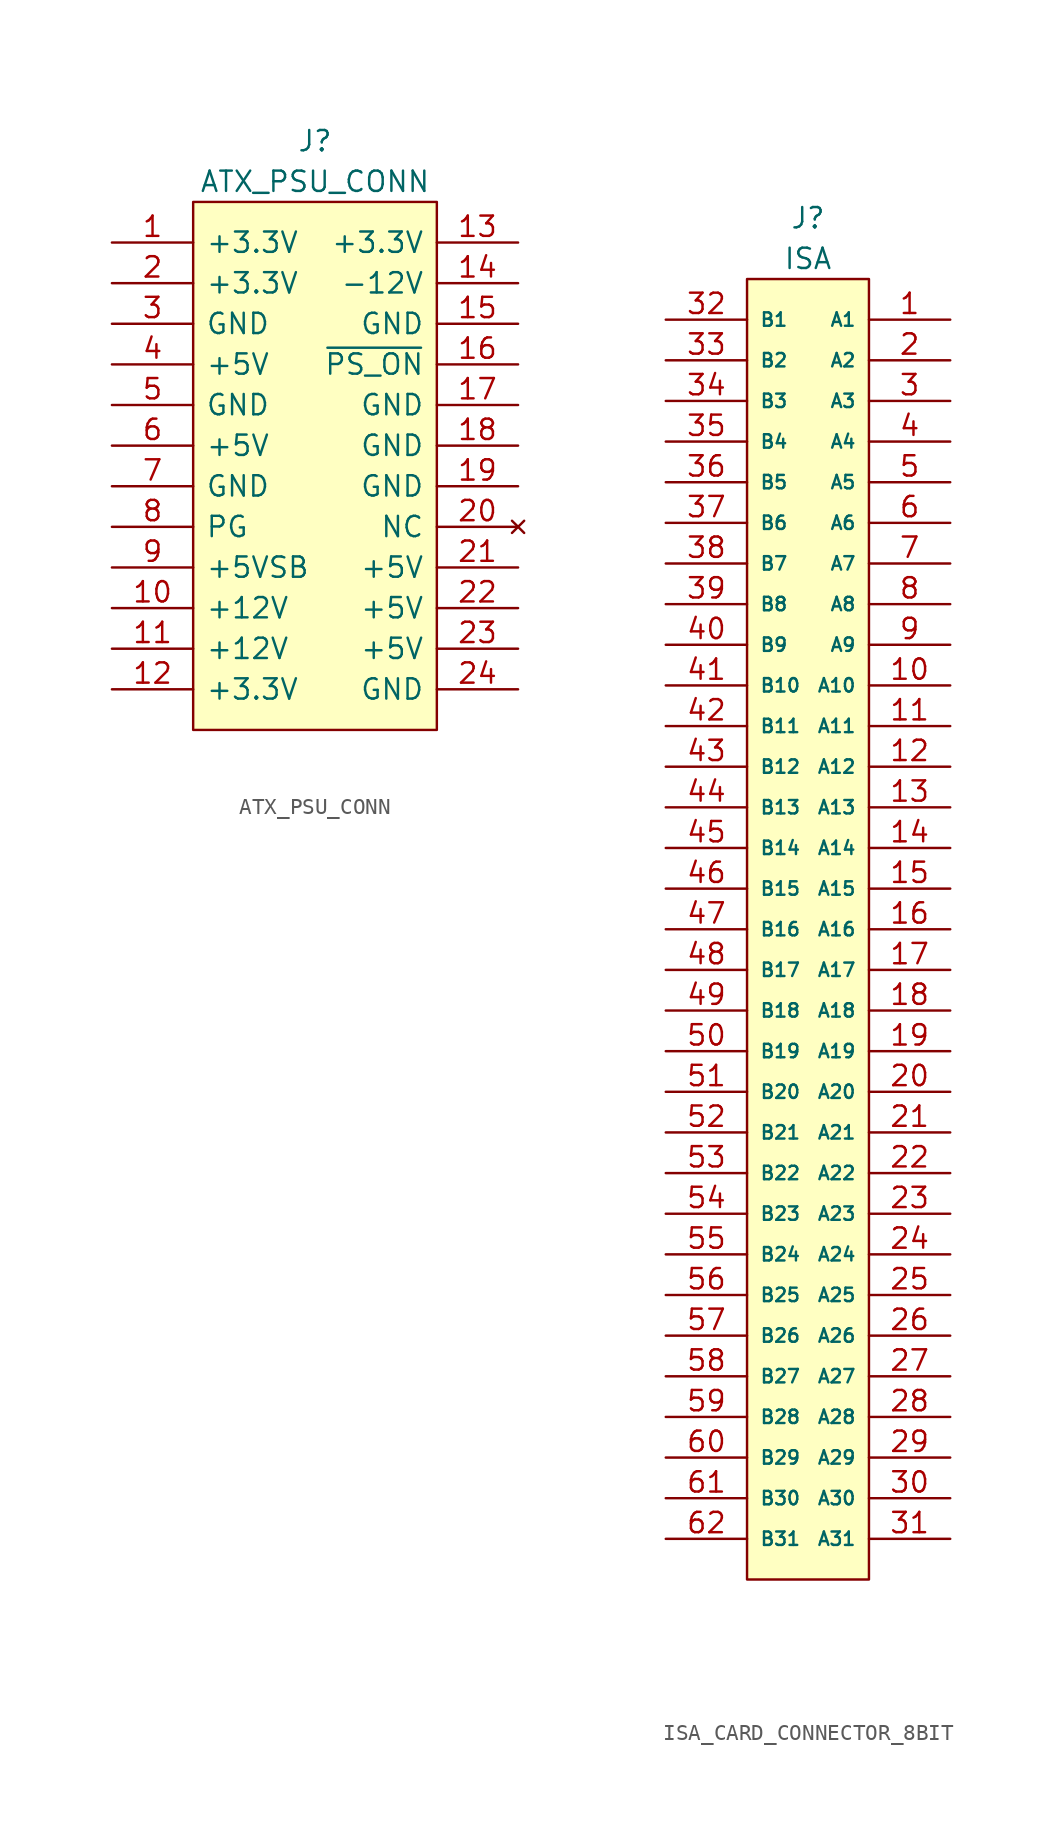
<source format=kicad_sym>
(kicad_symbol_lib
  (version 20220914)
  (generator kicad_symbol_editor)
  (symbol "ATX_PSU_CONN"
    (pin_names
      (offset 0.762))
    (property "Reference" "J"
      (at 12.7 6.35 0)
      (effects (font (size 1.27 1.27))))
    (property "Value" "ATX_PSU_CONN"
      (at 12.7 3.81 0)
      (effects (font (size 1.27 1.27))))
    (symbol "ATX_PSU_CONN_0_0"
      (pin passive line (at 0 0 0) (length 5.08) (name "+3.3V" (effects (font (size 1.27 1.27)))) (number "1" (effects (font (size 1.27 1.27)))))
      (pin passive line (at 0 -22.86 0) (length 5.08) (name "+12V" (effects (font (size 1.27 1.27)))) (number "10" (effects (font (size 1.27 1.27)))))
      (pin passive line (at 0 -25.4 0) (length 5.08) (name "+12V" (effects (font (size 1.27 1.27)))) (number "11" (effects (font (size 1.27 1.27)))))
      (pin passive line (at 0 -27.94 0) (length 5.08) (name "+3.3V" (effects (font (size 1.27 1.27)))) (number "12" (effects (font (size 1.27 1.27)))))
      (pin passive line (at 25.4 0 180) (length 5.08) (name "+3.3V" (effects (font (size 1.27 1.27)))) (number "13" (effects (font (size 1.27 1.27)))))
      (pin passive line (at 25.4 -2.54 180) (length 5.08) (name "-12V" (effects (font (size 1.27 1.27)))) (number "14" (effects (font (size 1.27 1.27)))))
      (pin passive line (at 25.4 -5.08 180) (length 5.08) (name "GND" (effects (font (size 1.27 1.27)))) (number "15" (effects (font (size 1.27 1.27)))))
      (pin passive line (at 25.4 -7.62 180) (length 5.08) (name "~{PS_ON}" (effects (font (size 1.27 1.27)))) (number "16" (effects (font (size 1.27 1.27)))))
      (pin passive line (at 25.4 -10.16 180) (length 5.08) (name "GND" (effects (font (size 1.27 1.27)))) (number "17" (effects (font (size 1.27 1.27)))))
      (pin passive line (at 25.4 -12.7 180) (length 5.08) (name "GND" (effects (font (size 1.27 1.27)))) (number "18" (effects (font (size 1.27 1.27)))))
      (pin passive line (at 25.4 -15.24 180) (length 5.08) (name "GND" (effects (font (size 1.27 1.27)))) (number "19" (effects (font (size 1.27 1.27)))))
      (pin passive line (at 0 -2.54 0) (length 5.08) (name "+3.3V" (effects (font (size 1.27 1.27)))) (number "2" (effects (font (size 1.27 1.27)))))
      (pin no_connect line (at 25.4 -17.78 180) (length 5.08) (name "NC" (effects (font (size 1.27 1.27)))) (number "20" (effects (font (size 1.27 1.27)))))
      (pin passive line (at 25.4 -20.32 180) (length 5.08) (name "+5V" (effects (font (size 1.27 1.27)))) (number "21" (effects (font (size 1.27 1.27)))))
      (pin passive line (at 25.4 -22.86 180) (length 5.08) (name "+5V" (effects (font (size 1.27 1.27)))) (number "22" (effects (font (size 1.27 1.27)))))
      (pin passive line (at 25.4 -25.4 180) (length 5.08) (name "+5V" (effects (font (size 1.27 1.27)))) (number "23" (effects (font (size 1.27 1.27)))))
      (pin passive line (at 25.4 -27.94 180) (length 5.08) (name "GND" (effects (font (size 1.27 1.27)))) (number "24" (effects (font (size 1.27 1.27)))))
      (pin passive line (at 0 -5.08 0) (length 5.08) (name "GND" (effects (font (size 1.27 1.27)))) (number "3" (effects (font (size 1.27 1.27)))))
      (pin passive line (at 0 -7.62 0) (length 5.08) (name "+5V" (effects (font (size 1.27 1.27)))) (number "4" (effects (font (size 1.27 1.27)))))
      (pin passive line (at 0 -10.16 0) (length 5.08) (name "GND" (effects (font (size 1.27 1.27)))) (number "5" (effects (font (size 1.27 1.27)))))
      (pin passive line (at 0 -12.7 0) (length 5.08) (name "+5V" (effects (font (size 1.27 1.27)))) (number "6" (effects (font (size 1.27 1.27)))))
      (pin passive line (at 0 -15.24 0) (length 5.08) (name "GND" (effects (font (size 1.27 1.27)))) (number "7" (effects (font (size 1.27 1.27)))))
      (pin passive line (at 0 -17.78 0) (length 5.08) (name "PG" (effects (font (size 1.27 1.27)))) (number "8" (effects (font (size 1.27 1.27)))))
      (pin passive line (at 0 -20.32 0) (length 5.08) (name "+5VSB" (effects (font (size 1.27 1.27)))) (number "9" (effects (font (size 1.27 1.27))))))
    (symbol "ATX_PSU_CONN_0_1"
      (polyline (pts (xy 20.32 2.54) (xy 5.08 2.54) (xy 5.08 -30.48) (xy 20.32 -30.48) (xy 20.32 2.54)) (stroke (width 0.152) (type default)) (fill (type background)))))
  (symbol "ISA_CARD_CONNECTOR_8BIT"
    (pin_names
      (offset 0.762))
    (property "Reference" "J"
      (at 0 3.81 0)
      (effects (font (size 1.27 1.27))))
    (property "Value" "ISA"
      (at 0 1.27 0)
      (effects (font (size 1.27 1.27))))
    (symbol "ISA_CARD_CONNECTOR_8BIT_0_0"
      (pin passive line (at 8.89 -2.54 180) (length 5.08) (name "A1" (effects (font (size 0.838 0.838)))) (number "1" (effects (font (size 1.27 1.27)))))
      (pin passive line (at 8.89 -25.4 180) (length 5.08) (name "A10" (effects (font (size 0.838 0.838)))) (number "10" (effects (font (size 1.27 1.27)))))
      (pin passive line (at 8.89 -27.94 180) (length 5.08) (name "A11" (effects (font (size 0.838 0.838)))) (number "11" (effects (font (size 1.27 1.27)))))
      (pin passive line (at 8.89 -30.48 180) (length 5.08) (name "A12" (effects (font (size 0.838 0.838)))) (number "12" (effects (font (size 1.27 1.27)))))
      (pin passive line (at 8.89 -33.02 180) (length 5.08) (name "A13" (effects (font (size 0.838 0.838)))) (number "13" (effects (font (size 1.27 1.27)))))
      (pin passive line (at 8.89 -35.56 180) (length 5.08) (name "A14" (effects (font (size 0.838 0.838)))) (number "14" (effects (font (size 1.27 1.27)))))
      (pin passive line (at 8.89 -38.1 180) (length 5.08) (name "A15" (effects (font (size 0.838 0.838)))) (number "15" (effects (font (size 1.27 1.27)))))
      (pin passive line (at 8.89 -40.64 180) (length 5.08) (name "A16" (effects (font (size 0.838 0.838)))) (number "16" (effects (font (size 1.27 1.27)))))
      (pin passive line (at 8.89 -43.18 180) (length 5.08) (name "A17" (effects (font (size 0.838 0.838)))) (number "17" (effects (font (size 1.27 1.27)))))
      (pin passive line (at 8.89 -45.72 180) (length 5.08) (name "A18" (effects (font (size 0.838 0.838)))) (number "18" (effects (font (size 1.27 1.27)))))
      (pin passive line (at 8.89 -48.26 180) (length 5.08) (name "A19" (effects (font (size 0.838 0.838)))) (number "19" (effects (font (size 1.27 1.27)))))
      (pin passive line (at 8.89 -5.08 180) (length 5.08) (name "A2" (effects (font (size 0.838 0.838)))) (number "2" (effects (font (size 1.27 1.27)))))
      (pin passive line (at 8.89 -50.8 180) (length 5.08) (name "A20" (effects (font (size 0.838 0.838)))) (number "20" (effects (font (size 1.27 1.27)))))
      (pin passive line (at 8.89 -53.34 180) (length 5.08) (name "A21" (effects (font (size 0.838 0.838)))) (number "21" (effects (font (size 1.27 1.27)))))
      (pin passive line (at 8.89 -55.88 180) (length 5.08) (name "A22" (effects (font (size 0.838 0.838)))) (number "22" (effects (font (size 1.27 1.27)))))
      (pin passive line (at 8.89 -58.42 180) (length 5.08) (name "A23" (effects (font (size 0.838 0.838)))) (number "23" (effects (font (size 1.27 1.27)))))
      (pin passive line (at 8.89 -60.96 180) (length 5.08) (name "A24" (effects (font (size 0.838 0.838)))) (number "24" (effects (font (size 1.27 1.27)))))
      (pin passive line (at 8.89 -63.5 180) (length 5.08) (name "A25" (effects (font (size 0.838 0.838)))) (number "25" (effects (font (size 1.27 1.27)))))
      (pin passive line (at 8.89 -66.04 180) (length 5.08) (name "A26" (effects (font (size 0.838 0.838)))) (number "26" (effects (font (size 1.27 1.27)))))
      (pin passive line (at 8.89 -68.58 180) (length 5.08) (name "A27" (effects (font (size 0.838 0.838)))) (number "27" (effects (font (size 1.27 1.27)))))
      (pin passive line (at 8.89 -71.12 180) (length 5.08) (name "A28" (effects (font (size 0.838 0.838)))) (number "28" (effects (font (size 1.27 1.27)))))
      (pin passive line (at 8.89 -73.66 180) (length 5.08) (name "A29" (effects (font (size 0.838 0.838)))) (number "29" (effects (font (size 1.27 1.27)))))
      (pin passive line (at 8.89 -7.62 180) (length 5.08) (name "A3" (effects (font (size 0.838 0.838)))) (number "3" (effects (font (size 1.27 1.27)))))
      (pin passive line (at 8.89 -76.2 180) (length 5.08) (name "A30" (effects (font (size 0.838 0.838)))) (number "30" (effects (font (size 1.27 1.27)))))
      (pin passive line (at 8.89 -78.74 180) (length 5.08) (name "A31" (effects (font (size 0.838 0.838)))) (number "31" (effects (font (size 1.27 1.27)))))
      (pin passive line (at -8.89 -2.54 0) (length 5.08) (name "B1" (effects (font (size 0.838 0.838)))) (number "32" (effects (font (size 1.27 1.27)))))
      (pin passive line (at -8.89 -5.08 0) (length 5.08) (name "B2" (effects (font (size 0.838 0.838)))) (number "33" (effects (font (size 1.27 1.27)))))
      (pin passive line (at -8.89 -7.62 0) (length 5.08) (name "B3" (effects (font (size 0.838 0.838)))) (number "34" (effects (font (size 1.27 1.27)))))
      (pin passive line (at -8.89 -10.16 0) (length 5.08) (name "B4" (effects (font (size 0.838 0.838)))) (number "35" (effects (font (size 1.27 1.27)))))
      (pin passive line (at -8.89 -12.7 0) (length 5.08) (name "B5" (effects (font (size 0.838 0.838)))) (number "36" (effects (font (size 1.27 1.27)))))
      (pin passive line (at -8.89 -15.24 0) (length 5.08) (name "B6" (effects (font (size 0.838 0.838)))) (number "37" (effects (font (size 1.27 1.27)))))
      (pin passive line (at -8.89 -17.78 0) (length 5.08) (name "B7" (effects (font (size 0.838 0.838)))) (number "38" (effects (font (size 1.27 1.27)))))
      (pin passive line (at -8.89 -20.32 0) (length 5.08) (name "B8" (effects (font (size 0.838 0.838)))) (number "39" (effects (font (size 1.27 1.27)))))
      (pin passive line (at 8.89 -10.16 180) (length 5.08) (name "A4" (effects (font (size 0.838 0.838)))) (number "4" (effects (font (size 1.27 1.27)))))
      (pin passive line (at -8.89 -22.86 0) (length 5.08) (name "B9" (effects (font (size 0.838 0.838)))) (number "40" (effects (font (size 1.27 1.27)))))
      (pin passive line (at -8.89 -25.4 0) (length 5.08) (name "B10" (effects (font (size 0.838 0.838)))) (number "41" (effects (font (size 1.27 1.27)))))
      (pin passive line (at -8.89 -27.94 0) (length 5.08) (name "B11" (effects (font (size 0.838 0.838)))) (number "42" (effects (font (size 1.27 1.27)))))
      (pin passive line (at -8.89 -30.48 0) (length 5.08) (name "B12" (effects (font (size 0.838 0.838)))) (number "43" (effects (font (size 1.27 1.27)))))
      (pin passive line (at -8.89 -33.02 0) (length 5.08) (name "B13" (effects (font (size 0.838 0.838)))) (number "44" (effects (font (size 1.27 1.27)))))
      (pin passive line (at -8.89 -35.56 0) (length 5.08) (name "B14" (effects (font (size 0.838 0.838)))) (number "45" (effects (font (size 1.27 1.27)))))
      (pin passive line (at -8.89 -38.1 0) (length 5.08) (name "B15" (effects (font (size 0.838 0.838)))) (number "46" (effects (font (size 1.27 1.27)))))
      (pin passive line (at -8.89 -40.64 0) (length 5.08) (name "B16" (effects (font (size 0.838 0.838)))) (number "47" (effects (font (size 1.27 1.27)))))
      (pin passive line (at -8.89 -43.18 0) (length 5.08) (name "B17" (effects (font (size 0.838 0.838)))) (number "48" (effects (font (size 1.27 1.27)))))
      (pin passive line (at -8.89 -45.72 0) (length 5.08) (name "B18" (effects (font (size 0.838 0.838)))) (number "49" (effects (font (size 1.27 1.27)))))
      (pin passive line (at 8.89 -12.7 180) (length 5.08) (name "A5" (effects (font (size 0.838 0.838)))) (number "5" (effects (font (size 1.27 1.27)))))
      (pin passive line (at -8.89 -48.26 0) (length 5.08) (name "B19" (effects (font (size 0.838 0.838)))) (number "50" (effects (font (size 1.27 1.27)))))
      (pin passive line (at -8.89 -50.8 0) (length 5.08) (name "B20" (effects (font (size 0.838 0.838)))) (number "51" (effects (font (size 1.27 1.27)))))
      (pin passive line (at -8.89 -53.34 0) (length 5.08) (name "B21" (effects (font (size 0.838 0.838)))) (number "52" (effects (font (size 1.27 1.27)))))
      (pin passive line (at -8.89 -55.88 0) (length 5.08) (name "B22" (effects (font (size 0.838 0.838)))) (number "53" (effects (font (size 1.27 1.27)))))
      (pin passive line (at -8.89 -58.42 0) (length 5.08) (name "B23" (effects (font (size 0.838 0.838)))) (number "54" (effects (font (size 1.27 1.27)))))
      (pin passive line (at -8.89 -60.96 0) (length 5.08) (name "B24" (effects (font (size 0.838 0.838)))) (number "55" (effects (font (size 1.27 1.27)))))
      (pin passive line (at -8.89 -63.5 0) (length 5.08) (name "B25" (effects (font (size 0.838 0.838)))) (number "56" (effects (font (size 1.27 1.27)))))
      (pin passive line (at -8.89 -66.04 0) (length 5.08) (name "B26" (effects (font (size 0.838 0.838)))) (number "57" (effects (font (size 1.27 1.27)))))
      (pin passive line (at -8.89 -68.58 0) (length 5.08) (name "B27" (effects (font (size 0.838 0.838)))) (number "58" (effects (font (size 1.27 1.27)))))
      (pin passive line (at -8.89 -71.12 0) (length 5.08) (name "B28" (effects (font (size 0.838 0.838)))) (number "59" (effects (font (size 1.27 1.27)))))
      (pin passive line (at 8.89 -15.24 180) (length 5.08) (name "A6" (effects (font (size 0.838 0.838)))) (number "6" (effects (font (size 1.27 1.27)))))
      (pin passive line (at -8.89 -73.66 0) (length 5.08) (name "B29" (effects (font (size 0.838 0.838)))) (number "60" (effects (font (size 1.27 1.27)))))
      (pin passive line (at -8.89 -76.2 0) (length 5.08) (name "B30" (effects (font (size 0.838 0.838)))) (number "61" (effects (font (size 1.27 1.27)))))
      (pin passive line (at -8.89 -78.74 0) (length 5.08) (name "B31" (effects (font (size 0.838 0.838)))) (number "62" (effects (font (size 1.27 1.27)))))
      (pin passive line (at 8.89 -17.78 180) (length 5.08) (name "A7" (effects (font (size 0.838 0.838)))) (number "7" (effects (font (size 1.27 1.27)))))
      (pin passive line (at 8.89 -20.32 180) (length 5.08) (name "A8" (effects (font (size 0.838 0.838)))) (number "8" (effects (font (size 1.27 1.27)))))
      (pin passive line (at 8.89 -22.86 180) (length 5.08) (name "A9" (effects (font (size 0.838 0.838)))) (number "9" (effects (font (size 1.27 1.27))))))
    (symbol "ISA_CARD_CONNECTOR_8BIT_0_1"
      (rectangle (start -3.81 0) (end 3.81 -81.28) (stroke (width 0) (type default)) (fill (type background))))))
</source>
